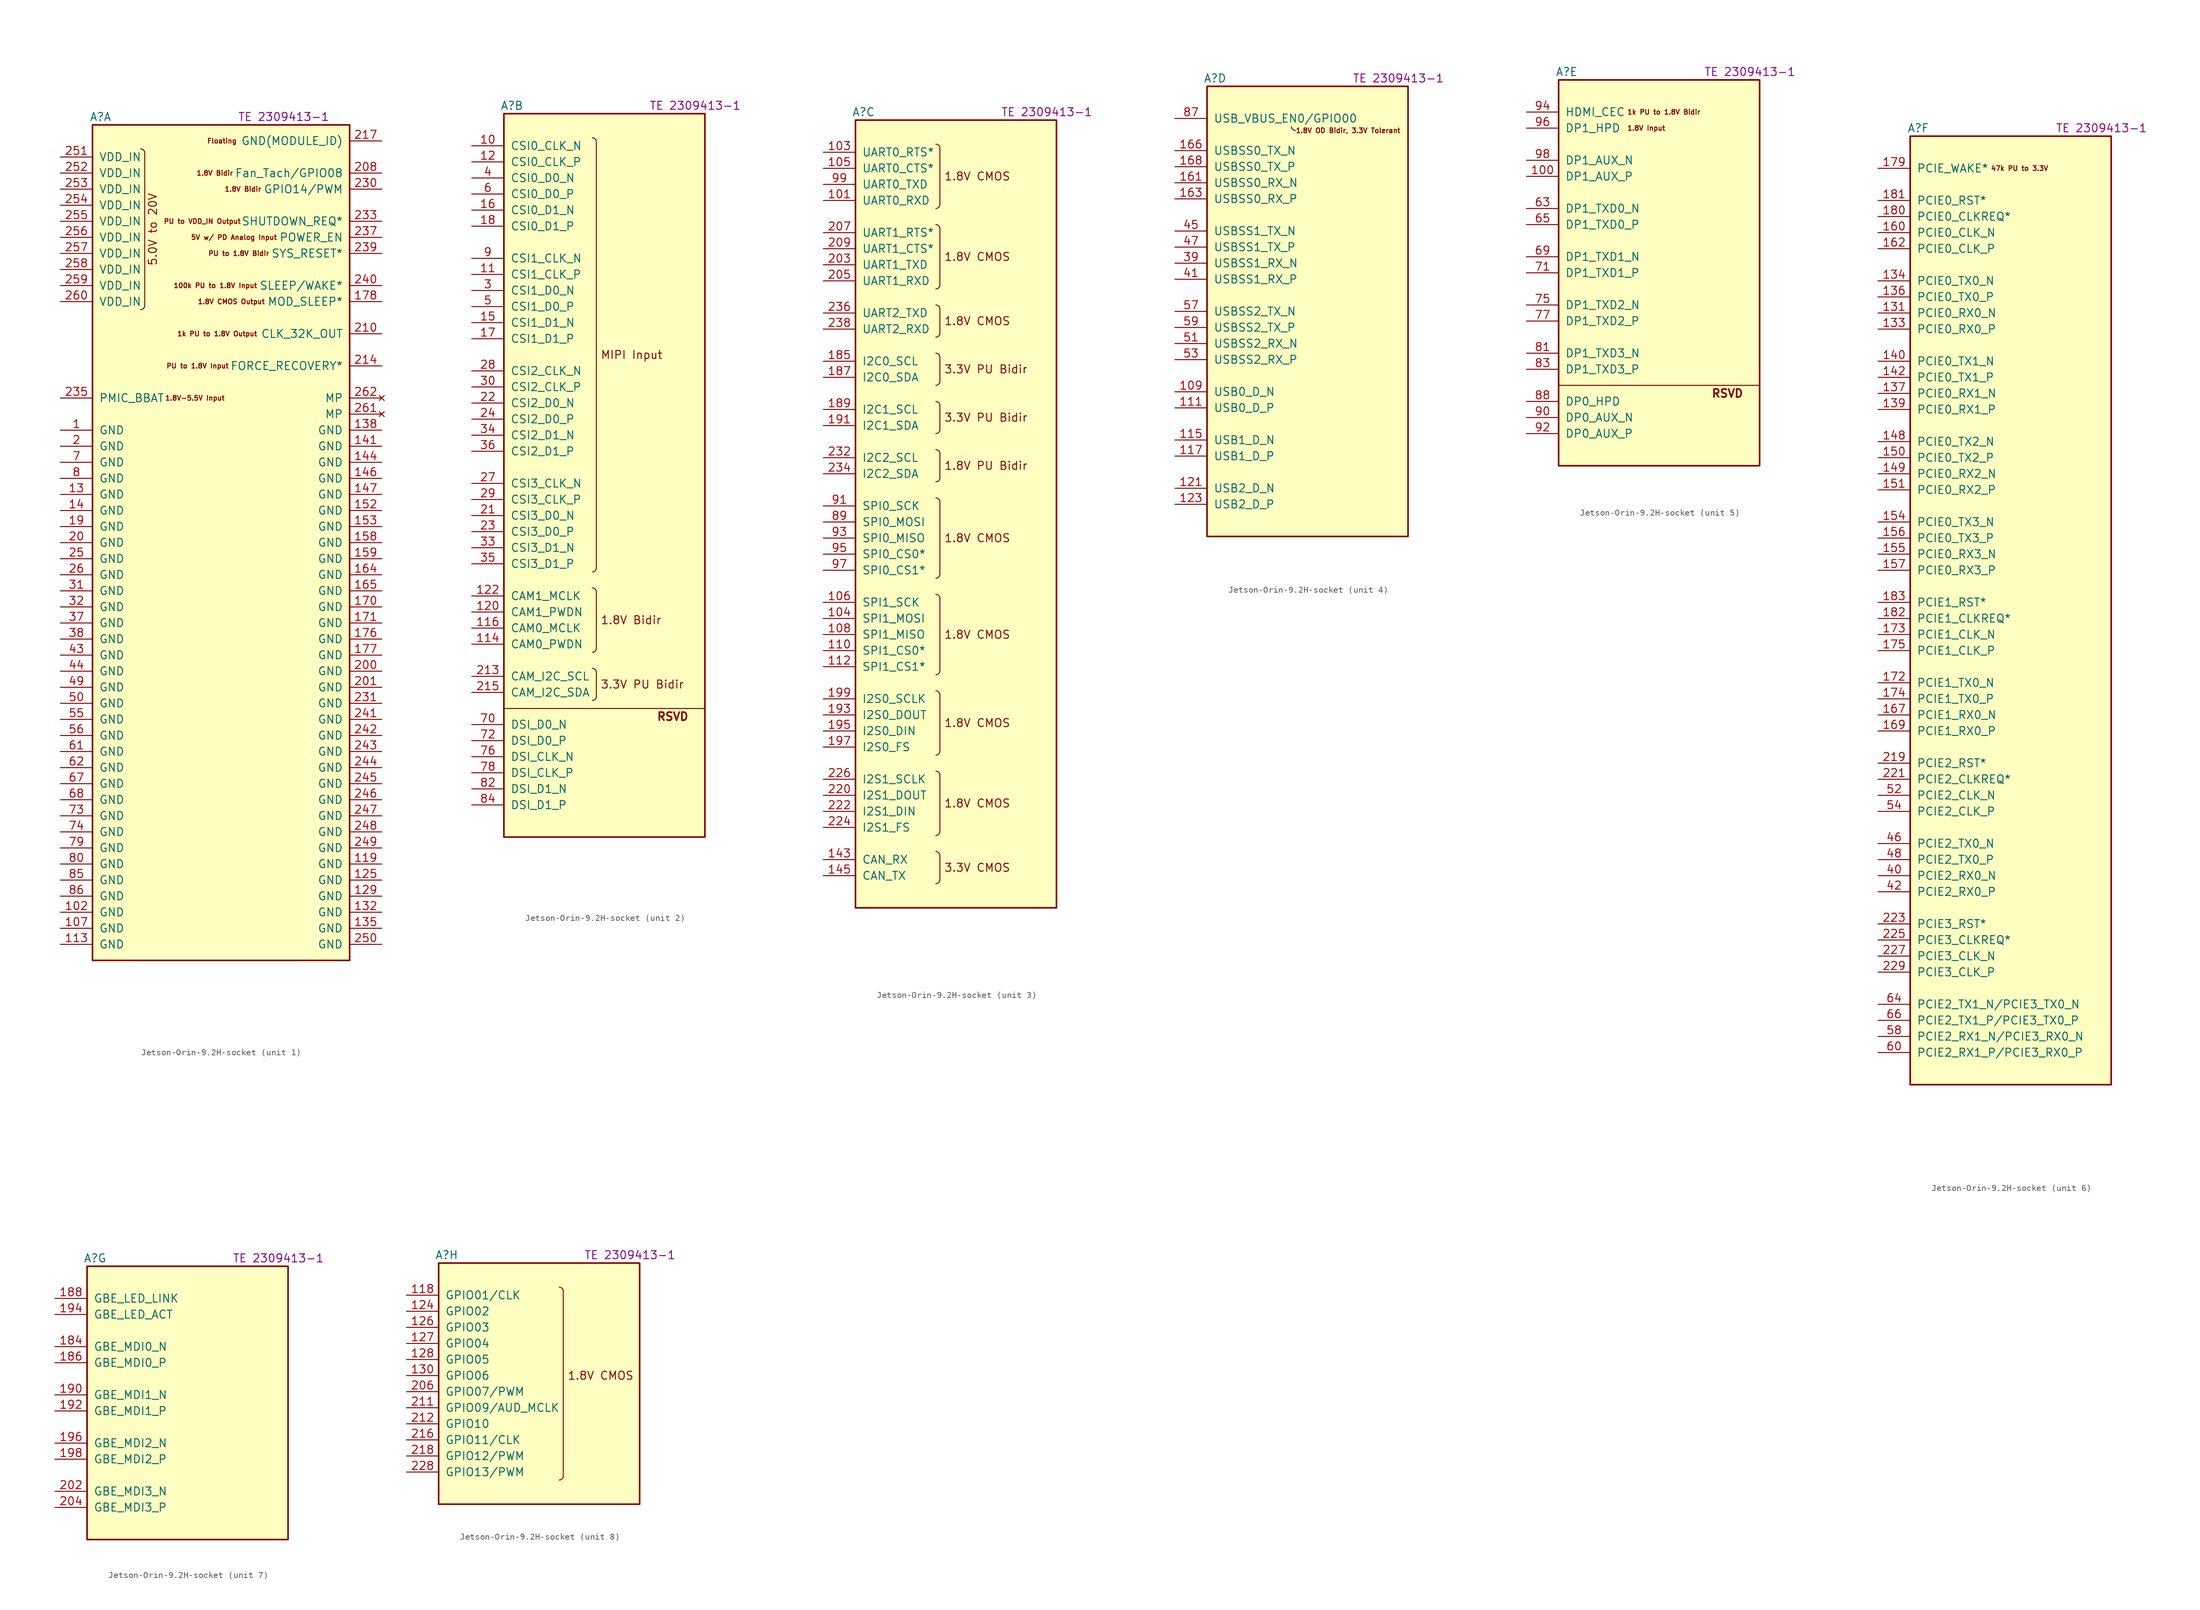
<source format=kicad_sym>
(kicad_symbol_lib
  (version 20220914)
  (generator kicad_symbol_editor)
  (symbol "Jetson-Orin-9.2H-socket"
    (pin_names
      (offset 1.016))
    (property "Reference" "A"
      (at 1.27 1.27 0)
      (effects (font (size 1.27 1.27))))
    (property "Manufacturer" "TE"
      (at 24.13 1.27 0)
      (effects (font (size 1.27 1.27))))
    (property "MPN" "2309413-1"
      (at 31.75 1.27 0)
      (effects (font (size 1.27 1.27))))
    (property "ki_locked" ""
      (at 0 0 0)
      (effects (font (size 1.27 1.27))))
    (symbol "Jetson-Orin-9.2H-socket_1_1"
      (rectangle (start 0 -132.08) (end 40.64 0) (stroke (width 0.254) (type default)) (fill (type background)))
      (polyline (pts (xy 8.255 -4.445) (xy 8.255 -28.575)) (stroke (width 0) (type default)) (fill (type none)))
      (arc (start 7.62 -29.21) (mid 8.069 -29.024) (end 8.255 -28.575) (stroke (width 0) (type default)) (fill (type none)))
      (arc (start 8.255 -4.445) (mid 8.069 -3.996) (end 7.62 -3.81) (stroke (width 0) (type default)) (fill (type none)))
      (text "1.8V Bidir " (at 22.86 -7.62 0) (effects (font (size 0.762 0.762)) (justify right)))
      (text "1.8V Bidir " (at 27.305 -10.16 0) (effects (font (size 0.762 0.762)) (justify right)))
      (text "1.8V CMOS Output" (at 27.305 -27.94 0) (effects (font (size 0.762 0.762)) (justify right)))
      (text "1.8V-5.5V Input" (at 11.43 -43.18 0) (effects (font (size 0.762 0.762)) (justify left)))
      (text "100k PU to 1.8V Input " (at 26.67 -25.4 0) (effects (font (size 0.762 0.762)) (justify right)))
      (text "1k PU to 1.8V Output " (at 26.67 -33.02 0) (effects (font (size 0.762 0.762)) (justify right)))
      (text "5.0V to 20V" (at 9.525 -16.51 900) (effects (font (size 1.27 1.27))))
      (text "5V w/ PD Analog Input" (at 29.21 -17.78 0) (effects (font (size 0.762 0.762)) (justify right)))
      (text "Floating" (at 22.86 -2.54 0) (effects (font (size 0.762 0.762)) (justify right)))
      (text "PU to 1.8V Bidir " (at 28.575 -20.32 0) (effects (font (size 0.762 0.762)) (justify right)))
      (text "PU to 1.8V Input" (at 21.59 -38.1 0) (effects (font (size 0.762 0.762)) (justify right)))
      (text "PU to VDD_IN Output" (at 23.495 -15.24 0) (effects (font (size 0.762 0.762)) (justify right)))
      (pin passive line (at -5.08 -48.26 0) (length 5.08) (name "GND" (effects (font (size 1.27 1.27)))) (number "1" (effects (font (size 1.27 1.27)))))
      (pin passive line (at -5.08 -124.46 0) (length 5.08) (name "GND" (effects (font (size 1.27 1.27)))) (number "102" (effects (font (size 1.27 1.27)))))
      (pin passive line (at -5.08 -127 0) (length 5.08) (name "GND" (effects (font (size 1.27 1.27)))) (number "107" (effects (font (size 1.27 1.27)))))
      (pin passive line (at -5.08 -129.54 0) (length 5.08) (name "GND" (effects (font (size 1.27 1.27)))) (number "113" (effects (font (size 1.27 1.27)))))
      (pin passive line (at 45.72 -116.84 180) (length 5.08) (name "GND" (effects (font (size 1.27 1.27)))) (number "119" (effects (font (size 1.27 1.27)))))
      (pin passive line (at 45.72 -119.38 180) (length 5.08) (name "GND" (effects (font (size 1.27 1.27)))) (number "125" (effects (font (size 1.27 1.27)))))
      (pin passive line (at 45.72 -121.92 180) (length 5.08) (name "GND" (effects (font (size 1.27 1.27)))) (number "129" (effects (font (size 1.27 1.27)))))
      (pin passive line (at -5.08 -58.42 0) (length 5.08) (name "GND" (effects (font (size 1.27 1.27)))) (number "13" (effects (font (size 1.27 1.27)))))
      (pin passive line (at 45.72 -124.46 180) (length 5.08) (name "GND" (effects (font (size 1.27 1.27)))) (number "132" (effects (font (size 1.27 1.27)))))
      (pin passive line (at 45.72 -127 180) (length 5.08) (name "GND" (effects (font (size 1.27 1.27)))) (number "135" (effects (font (size 1.27 1.27)))))
      (pin passive line (at 45.72 -48.26 180) (length 5.08) (name "GND" (effects (font (size 1.27 1.27)))) (number "138" (effects (font (size 1.27 1.27)))))
      (pin passive line (at -5.08 -60.96 0) (length 5.08) (name "GND" (effects (font (size 1.27 1.27)))) (number "14" (effects (font (size 1.27 1.27)))))
      (pin passive line (at 45.72 -50.8 180) (length 5.08) (name "GND" (effects (font (size 1.27 1.27)))) (number "141" (effects (font (size 1.27 1.27)))))
      (pin passive line (at 45.72 -53.34 180) (length 5.08) (name "GND" (effects (font (size 1.27 1.27)))) (number "144" (effects (font (size 1.27 1.27)))))
      (pin passive line (at 45.72 -55.88 180) (length 5.08) (name "GND" (effects (font (size 1.27 1.27)))) (number "146" (effects (font (size 1.27 1.27)))))
      (pin passive line (at 45.72 -58.42 180) (length 5.08) (name "GND" (effects (font (size 1.27 1.27)))) (number "147" (effects (font (size 1.27 1.27)))))
      (pin passive line (at 45.72 -60.96 180) (length 5.08) (name "GND" (effects (font (size 1.27 1.27)))) (number "152" (effects (font (size 1.27 1.27)))))
      (pin passive line (at 45.72 -63.5 180) (length 5.08) (name "GND" (effects (font (size 1.27 1.27)))) (number "153" (effects (font (size 1.27 1.27)))))
      (pin passive line (at 45.72 -66.04 180) (length 5.08) (name "GND" (effects (font (size 1.27 1.27)))) (number "158" (effects (font (size 1.27 1.27)))))
      (pin passive line (at 45.72 -68.58 180) (length 5.08) (name "GND" (effects (font (size 1.27 1.27)))) (number "159" (effects (font (size 1.27 1.27)))))
      (pin passive line (at 45.72 -71.12 180) (length 5.08) (name "GND" (effects (font (size 1.27 1.27)))) (number "164" (effects (font (size 1.27 1.27)))))
      (pin passive line (at 45.72 -73.66 180) (length 5.08) (name "GND" (effects (font (size 1.27 1.27)))) (number "165" (effects (font (size 1.27 1.27)))))
      (pin passive line (at 45.72 -76.2 180) (length 5.08) (name "GND" (effects (font (size 1.27 1.27)))) (number "170" (effects (font (size 1.27 1.27)))))
      (pin passive line (at 45.72 -78.74 180) (length 5.08) (name "GND" (effects (font (size 1.27 1.27)))) (number "171" (effects (font (size 1.27 1.27)))))
      (pin passive line (at 45.72 -81.28 180) (length 5.08) (name "GND" (effects (font (size 1.27 1.27)))) (number "176" (effects (font (size 1.27 1.27)))))
      (pin passive line (at 45.72 -83.82 180) (length 5.08) (name "GND" (effects (font (size 1.27 1.27)))) (number "177" (effects (font (size 1.27 1.27)))))
      (pin passive line (at 45.72 -27.94 180) (length 5.08) (name "MOD_SLEEP*" (effects (font (size 1.27 1.27)))) (number "178" (effects (font (size 1.27 1.27)))))
      (pin passive line (at -5.08 -63.5 0) (length 5.08) (name "GND" (effects (font (size 1.27 1.27)))) (number "19" (effects (font (size 1.27 1.27)))))
      (pin passive line (at -5.08 -50.8 0) (length 5.08) (name "GND" (effects (font (size 1.27 1.27)))) (number "2" (effects (font (size 1.27 1.27)))))
      (pin passive line (at -5.08 -66.04 0) (length 5.08) (name "GND" (effects (font (size 1.27 1.27)))) (number "20" (effects (font (size 1.27 1.27)))))
      (pin passive line (at 45.72 -86.36 180) (length 5.08) (name "GND" (effects (font (size 1.27 1.27)))) (number "200" (effects (font (size 1.27 1.27)))))
      (pin passive line (at 45.72 -88.9 180) (length 5.08) (name "GND" (effects (font (size 1.27 1.27)))) (number "201" (effects (font (size 1.27 1.27)))))
      (pin passive line (at 45.72 -7.62 180) (length 5.08) (name "Fan_Tach/GPIO08" (effects (font (size 1.27 1.27)))) (number "208" (effects (font (size 1.27 1.27)))) (alternate "GPIO08" passive line) (alternate "GPIO08(Fan_Tach)" passive line))
      (pin passive line (at 45.72 -33.02 180) (length 5.08) (name "CLK_32K_OUT" (effects (font (size 1.27 1.27)))) (number "210" (effects (font (size 1.27 1.27)))))
      (pin passive line (at 45.72 -38.1 180) (length 5.08) (name "FORCE_RECOVERY*" (effects (font (size 1.27 1.27)))) (number "214" (effects (font (size 1.27 1.27)))))
      (pin passive line (at 45.72 -2.54 180) (length 5.08) (name "GND(MODULE_ID)" (effects (font (size 1.27 1.27)))) (number "217" (effects (font (size 1.27 1.27)))))
      (pin passive line (at 45.72 -10.16 180) (length 5.08) (name "GPIO14/PWM" (effects (font (size 1.27 1.27)))) (number "230" (effects (font (size 1.27 1.27)))) (alternate "GPIO14" passive line) (alternate "GPIO14(PWM)" passive line))
      (pin passive line (at 45.72 -91.44 180) (length 5.08) (name "GND" (effects (font (size 1.27 1.27)))) (number "231" (effects (font (size 1.27 1.27)))))
      (pin passive line (at 45.72 -15.24 180) (length 5.08) (name "SHUTDOWN_REQ*" (effects (font (size 1.27 1.27)))) (number "233" (effects (font (size 1.27 1.27)))))
      (pin passive line (at -5.08 -43.18 0) (length 5.08) (name "PMIC_BBAT" (effects (font (size 1.27 1.27)))) (number "235" (effects (font (size 1.27 1.27)))))
      (pin passive line (at 45.72 -17.78 180) (length 5.08) (name "POWER_EN" (effects (font (size 1.27 1.27)))) (number "237" (effects (font (size 1.27 1.27)))))
      (pin passive line (at 45.72 -20.32 180) (length 5.08) (name "SYS_RESET*" (effects (font (size 1.27 1.27)))) (number "239" (effects (font (size 1.27 1.27)))))
      (pin passive line (at 45.72 -25.4 180) (length 5.08) (name "SLEEP/WAKE*" (effects (font (size 1.27 1.27)))) (number "240" (effects (font (size 1.27 1.27)))))
      (pin passive line (at 45.72 -93.98 180) (length 5.08) (name "GND" (effects (font (size 1.27 1.27)))) (number "241" (effects (font (size 1.27 1.27)))))
      (pin passive line (at 45.72 -96.52 180) (length 5.08) (name "GND" (effects (font (size 1.27 1.27)))) (number "242" (effects (font (size 1.27 1.27)))))
      (pin passive line (at 45.72 -99.06 180) (length 5.08) (name "GND" (effects (font (size 1.27 1.27)))) (number "243" (effects (font (size 1.27 1.27)))))
      (pin passive line (at 45.72 -101.6 180) (length 5.08) (name "GND" (effects (font (size 1.27 1.27)))) (number "244" (effects (font (size 1.27 1.27)))))
      (pin passive line (at 45.72 -104.14 180) (length 5.08) (name "GND" (effects (font (size 1.27 1.27)))) (number "245" (effects (font (size 1.27 1.27)))))
      (pin passive line (at 45.72 -106.68 180) (length 5.08) (name "GND" (effects (font (size 1.27 1.27)))) (number "246" (effects (font (size 1.27 1.27)))))
      (pin passive line (at 45.72 -109.22 180) (length 5.08) (name "GND" (effects (font (size 1.27 1.27)))) (number "247" (effects (font (size 1.27 1.27)))))
      (pin passive line (at 45.72 -111.76 180) (length 5.08) (name "GND" (effects (font (size 1.27 1.27)))) (number "248" (effects (font (size 1.27 1.27)))))
      (pin passive line (at 45.72 -114.3 180) (length 5.08) (name "GND" (effects (font (size 1.27 1.27)))) (number "249" (effects (font (size 1.27 1.27)))))
      (pin passive line (at -5.08 -68.58 0) (length 5.08) (name "GND" (effects (font (size 1.27 1.27)))) (number "25" (effects (font (size 1.27 1.27)))))
      (pin passive line (at 45.72 -129.54 180) (length 5.08) (name "GND" (effects (font (size 1.27 1.27)))) (number "250" (effects (font (size 1.27 1.27)))))
      (pin passive line (at -5.08 -5.08 0) (length 5.08) (name "VDD_IN" (effects (font (size 1.27 1.27)))) (number "251" (effects (font (size 1.27 1.27)))))
      (pin passive line (at -5.08 -7.62 0) (length 5.08) (name "VDD_IN" (effects (font (size 1.27 1.27)))) (number "252" (effects (font (size 1.27 1.27)))))
      (pin passive line (at -5.08 -10.16 0) (length 5.08) (name "VDD_IN" (effects (font (size 1.27 1.27)))) (number "253" (effects (font (size 1.27 1.27)))))
      (pin passive line (at -5.08 -12.7 0) (length 5.08) (name "VDD_IN" (effects (font (size 1.27 1.27)))) (number "254" (effects (font (size 1.27 1.27)))))
      (pin passive line (at -5.08 -15.24 0) (length 5.08) (name "VDD_IN" (effects (font (size 1.27 1.27)))) (number "255" (effects (font (size 1.27 1.27)))))
      (pin passive line (at -5.08 -17.78 0) (length 5.08) (name "VDD_IN" (effects (font (size 1.27 1.27)))) (number "256" (effects (font (size 1.27 1.27)))))
      (pin passive line (at -5.08 -20.32 0) (length 5.08) (name "VDD_IN" (effects (font (size 1.27 1.27)))) (number "257" (effects (font (size 1.27 1.27)))))
      (pin passive line (at -5.08 -22.86 0) (length 5.08) (name "VDD_IN" (effects (font (size 1.27 1.27)))) (number "258" (effects (font (size 1.27 1.27)))))
      (pin passive line (at -5.08 -25.4 0) (length 5.08) (name "VDD_IN" (effects (font (size 1.27 1.27)))) (number "259" (effects (font (size 1.27 1.27)))))
      (pin passive line (at -5.08 -71.12 0) (length 5.08) (name "GND" (effects (font (size 1.27 1.27)))) (number "26" (effects (font (size 1.27 1.27)))))
      (pin passive line (at -5.08 -27.94 0) (length 5.08) (name "VDD_IN" (effects (font (size 1.27 1.27)))) (number "260" (effects (font (size 1.27 1.27)))))
      (pin no_connect line (at 45.72 -45.72 180) (length 5.08) (name "MP" (effects (font (size 1.27 1.27)))) (number "261" (effects (font (size 1.27 1.27)))))
      (pin no_connect line (at 45.72 -43.18 180) (length 5.08) (name "MP" (effects (font (size 1.27 1.27)))) (number "262" (effects (font (size 1.27 1.27)))))
      (pin passive line (at -5.08 -73.66 0) (length 5.08) (name "GND" (effects (font (size 1.27 1.27)))) (number "31" (effects (font (size 1.27 1.27)))))
      (pin passive line (at -5.08 -76.2 0) (length 5.08) (name "GND" (effects (font (size 1.27 1.27)))) (number "32" (effects (font (size 1.27 1.27)))))
      (pin passive line (at -5.08 -78.74 0) (length 5.08) (name "GND" (effects (font (size 1.27 1.27)))) (number "37" (effects (font (size 1.27 1.27)))))
      (pin passive line (at -5.08 -81.28 0) (length 5.08) (name "GND" (effects (font (size 1.27 1.27)))) (number "38" (effects (font (size 1.27 1.27)))))
      (pin passive line (at -5.08 -83.82 0) (length 5.08) (name "GND" (effects (font (size 1.27 1.27)))) (number "43" (effects (font (size 1.27 1.27)))))
      (pin passive line (at -5.08 -86.36 0) (length 5.08) (name "GND" (effects (font (size 1.27 1.27)))) (number "44" (effects (font (size 1.27 1.27)))))
      (pin passive line (at -5.08 -88.9 0) (length 5.08) (name "GND" (effects (font (size 1.27 1.27)))) (number "49" (effects (font (size 1.27 1.27)))))
      (pin passive line (at -5.08 -91.44 0) (length 5.08) (name "GND" (effects (font (size 1.27 1.27)))) (number "50" (effects (font (size 1.27 1.27)))))
      (pin passive line (at -5.08 -93.98 0) (length 5.08) (name "GND" (effects (font (size 1.27 1.27)))) (number "55" (effects (font (size 1.27 1.27)))))
      (pin passive line (at -5.08 -96.52 0) (length 5.08) (name "GND" (effects (font (size 1.27 1.27)))) (number "56" (effects (font (size 1.27 1.27)))))
      (pin passive line (at -5.08 -99.06 0) (length 5.08) (name "GND" (effects (font (size 1.27 1.27)))) (number "61" (effects (font (size 1.27 1.27)))))
      (pin passive line (at -5.08 -101.6 0) (length 5.08) (name "GND" (effects (font (size 1.27 1.27)))) (number "62" (effects (font (size 1.27 1.27)))))
      (pin passive line (at -5.08 -104.14 0) (length 5.08) (name "GND" (effects (font (size 1.27 1.27)))) (number "67" (effects (font (size 1.27 1.27)))))
      (pin passive line (at -5.08 -106.68 0) (length 5.08) (name "GND" (effects (font (size 1.27 1.27)))) (number "68" (effects (font (size 1.27 1.27)))))
      (pin passive line (at -5.08 -53.34 0) (length 5.08) (name "GND" (effects (font (size 1.27 1.27)))) (number "7" (effects (font (size 1.27 1.27)))))
      (pin passive line (at -5.08 -109.22 0) (length 5.08) (name "GND" (effects (font (size 1.27 1.27)))) (number "73" (effects (font (size 1.27 1.27)))))
      (pin passive line (at -5.08 -111.76 0) (length 5.08) (name "GND" (effects (font (size 1.27 1.27)))) (number "74" (effects (font (size 1.27 1.27)))))
      (pin passive line (at -5.08 -114.3 0) (length 5.08) (name "GND" (effects (font (size 1.27 1.27)))) (number "79" (effects (font (size 1.27 1.27)))))
      (pin passive line (at -5.08 -55.88 0) (length 5.08) (name "GND" (effects (font (size 1.27 1.27)))) (number "8" (effects (font (size 1.27 1.27)))))
      (pin passive line (at -5.08 -116.84 0) (length 5.08) (name "GND" (effects (font (size 1.27 1.27)))) (number "80" (effects (font (size 1.27 1.27)))))
      (pin passive line (at -5.08 -119.38 0) (length 5.08) (name "GND" (effects (font (size 1.27 1.27)))) (number "85" (effects (font (size 1.27 1.27)))))
      (pin passive line (at -5.08 -121.92 0) (length 5.08) (name "GND" (effects (font (size 1.27 1.27)))) (number "86" (effects (font (size 1.27 1.27))))))
    (symbol "Jetson-Orin-9.2H-socket_2_1"
      (polyline (pts (xy 0 -93.98) (xy 31.75 -93.98)) (stroke (width 0) (type default)) (fill (type none)))
      (polyline (pts (xy 14.605 -88.265) (xy 14.605 -92.075)) (stroke (width 0) (type default)) (fill (type none)))
      (polyline (pts (xy 14.605 -75.565) (xy 14.605 -84.455)) (stroke (width 0) (type default)) (fill (type none)))
      (polyline (pts (xy 14.605 -4.445) (xy 14.605 -71.755)) (stroke (width 0) (type default)) (fill (type none)))
      (rectangle (start 0 0) (end 31.75 -114.3) (stroke (width 0.254) (type default)) (fill (type background)))
      (arc (start 13.97 -92.71) (mid 14.4198 -92.5248) (end 14.605 -92.075) (stroke (width 0) (type default)) (fill (type none)))
      (arc (start 13.97 -85.09) (mid 14.4198 -84.9048) (end 14.605 -84.455) (stroke (width 0) (type default)) (fill (type none)))
      (arc (start 13.97 -72.39) (mid 14.4198 -72.2048) (end 14.605 -71.755) (stroke (width 0) (type default)) (fill (type none)))
      (arc (start 14.605 -88.265) (mid 14.419 -87.816) (end 13.97 -87.63) (stroke (width 0) (type default)) (fill (type none)))
      (arc (start 14.605 -75.565) (mid 14.419 -75.116) (end 13.97 -74.93) (stroke (width 0) (type default)) (fill (type none)))
      (arc (start 14.605 -4.445) (mid 14.419 -3.996) (end 13.97 -3.81) (stroke (width 0) (type default)) (fill (type none)))
      (text "1.8V Bidir" (at 15.24 -80.01 0) (effects (font (size 1.27 1.27)) (justify left)))
      (text "3.3V PU Bidir" (at 15.24 -90.17 0) (effects (font (size 1.27 1.27)) (justify left)))
      (text "MIPI Input" (at 15.24 -38.1 0) (effects (font (size 1.27 1.27)) (justify left)))
      (text "RSVD" (at 26.67 -95.25 0) (effects (font (size 1.27 1.27) bold)))
      (pin passive line (at -5.08 -5.08 0) (length 5.08) (name "CSI0_CLK_N" (effects (font (size 1.27 1.27)))) (number "10" (effects (font (size 1.27 1.27)))))
      (pin passive line (at -5.08 -25.4 0) (length 5.08) (name "CSI1_CLK_P" (effects (font (size 1.27 1.27)))) (number "11" (effects (font (size 1.27 1.27)))))
      (pin passive line (at -5.08 -83.82 0) (length 5.08) (name "CAM0_PWDN" (effects (font (size 1.27 1.27)))) (number "114" (effects (font (size 1.27 1.27)))))
      (pin passive line (at -5.08 -81.28 0) (length 5.08) (name "CAM0_MCLK" (effects (font (size 1.27 1.27)))) (number "116" (effects (font (size 1.27 1.27)))))
      (pin passive line (at -5.08 -7.62 0) (length 5.08) (name "CSI0_CLK_P" (effects (font (size 1.27 1.27)))) (number "12" (effects (font (size 1.27 1.27)))))
      (pin passive line (at -5.08 -78.74 0) (length 5.08) (name "CAM1_PWDN" (effects (font (size 1.27 1.27)))) (number "120" (effects (font (size 1.27 1.27)))))
      (pin passive line (at -5.08 -76.2 0) (length 5.08) (name "CAM1_MCLK" (effects (font (size 1.27 1.27)))) (number "122" (effects (font (size 1.27 1.27)))))
      (pin passive line (at -5.08 -33.02 0) (length 5.08) (name "CSI1_D1_N" (effects (font (size 1.27 1.27)))) (number "15" (effects (font (size 1.27 1.27)))))
      (pin passive line (at -5.08 -15.24 0) (length 5.08) (name "CSI0_D1_N" (effects (font (size 1.27 1.27)))) (number "16" (effects (font (size 1.27 1.27)))))
      (pin passive line (at -5.08 -35.56 0) (length 5.08) (name "CSI1_D1_P" (effects (font (size 1.27 1.27)))) (number "17" (effects (font (size 1.27 1.27)))))
      (pin passive line (at -5.08 -17.78 0) (length 5.08) (name "CSI0_D1_P" (effects (font (size 1.27 1.27)))) (number "18" (effects (font (size 1.27 1.27)))))
      (pin passive line (at -5.08 -63.5 0) (length 5.08) (name "CSI3_D0_N" (effects (font (size 1.27 1.27)))) (number "21" (effects (font (size 1.27 1.27)))))
      (pin passive line (at -5.08 -88.9 0) (length 5.08) (name "CAM_I2C_SCL" (effects (font (size 1.27 1.27)))) (number "213" (effects (font (size 1.27 1.27)))))
      (pin passive line (at -5.08 -91.44 0) (length 5.08) (name "CAM_I2C_SDA" (effects (font (size 1.27 1.27)))) (number "215" (effects (font (size 1.27 1.27)))))
      (pin passive line (at -5.08 -45.72 0) (length 5.08) (name "CSI2_D0_N" (effects (font (size 1.27 1.27)))) (number "22" (effects (font (size 1.27 1.27)))))
      (pin passive line (at -5.08 -66.04 0) (length 5.08) (name "CSI3_D0_P" (effects (font (size 1.27 1.27)))) (number "23" (effects (font (size 1.27 1.27)))))
      (pin passive line (at -5.08 -48.26 0) (length 5.08) (name "CSI2_D0_P" (effects (font (size 1.27 1.27)))) (number "24" (effects (font (size 1.27 1.27)))))
      (pin passive line (at -5.08 -58.42 0) (length 5.08) (name "CSI3_CLK_N" (effects (font (size 1.27 1.27)))) (number "27" (effects (font (size 1.27 1.27)))))
      (pin passive line (at -5.08 -40.64 0) (length 5.08) (name "CSI2_CLK_N" (effects (font (size 1.27 1.27)))) (number "28" (effects (font (size 1.27 1.27)))))
      (pin passive line (at -5.08 -60.96 0) (length 5.08) (name "CSI3_CLK_P" (effects (font (size 1.27 1.27)))) (number "29" (effects (font (size 1.27 1.27)))))
      (pin passive line (at -5.08 -27.94 0) (length 5.08) (name "CSI1_D0_N" (effects (font (size 1.27 1.27)))) (number "3" (effects (font (size 1.27 1.27)))))
      (pin passive line (at -5.08 -43.18 0) (length 5.08) (name "CSI2_CLK_P" (effects (font (size 1.27 1.27)))) (number "30" (effects (font (size 1.27 1.27)))))
      (pin passive line (at -5.08 -68.58 0) (length 5.08) (name "CSI3_D1_N" (effects (font (size 1.27 1.27)))) (number "33" (effects (font (size 1.27 1.27)))))
      (pin passive line (at -5.08 -50.8 0) (length 5.08) (name "CSI2_D1_N" (effects (font (size 1.27 1.27)))) (number "34" (effects (font (size 1.27 1.27)))))
      (pin passive line (at -5.08 -71.12 0) (length 5.08) (name "CSI3_D1_P" (effects (font (size 1.27 1.27)))) (number "35" (effects (font (size 1.27 1.27)))))
      (pin passive line (at -5.08 -53.34 0) (length 5.08) (name "CSI2_D1_P" (effects (font (size 1.27 1.27)))) (number "36" (effects (font (size 1.27 1.27)))))
      (pin passive line (at -5.08 -10.16 0) (length 5.08) (name "CSI0_D0_N" (effects (font (size 1.27 1.27)))) (number "4" (effects (font (size 1.27 1.27)))))
      (pin passive line (at -5.08 -30.48 0) (length 5.08) (name "CSI1_D0_P" (effects (font (size 1.27 1.27)))) (number "5" (effects (font (size 1.27 1.27)))))
      (pin passive line (at -5.08 -12.7 0) (length 5.08) (name "CSI0_D0_P" (effects (font (size 1.27 1.27)))) (number "6" (effects (font (size 1.27 1.27)))))
      (pin passive line (at -5.08 -96.52 0) (length 5.08) (name "DSI_D0_N" (effects (font (size 1.27 1.27)))) (number "70" (effects (font (size 1.27 1.27)))))
      (pin passive line (at -5.08 -99.06 0) (length 5.08) (name "DSI_D0_P" (effects (font (size 1.27 1.27)))) (number "72" (effects (font (size 1.27 1.27)))))
      (pin passive line (at -5.08 -101.6 0) (length 5.08) (name "DSI_CLK_N" (effects (font (size 1.27 1.27)))) (number "76" (effects (font (size 1.27 1.27)))))
      (pin passive line (at -5.08 -104.14 0) (length 5.08) (name "DSI_CLK_P" (effects (font (size 1.27 1.27)))) (number "78" (effects (font (size 1.27 1.27)))))
      (pin passive line (at -5.08 -106.68 0) (length 5.08) (name "DSI_D1_N" (effects (font (size 1.27 1.27)))) (number "82" (effects (font (size 1.27 1.27)))))
      (pin passive line (at -5.08 -109.22 0) (length 5.08) (name "DSI_D1_P" (effects (font (size 1.27 1.27)))) (number "84" (effects (font (size 1.27 1.27)))))
      (pin passive line (at -5.08 -22.86 0) (length 5.08) (name "CSI1_CLK_N" (effects (font (size 1.27 1.27)))) (number "9" (effects (font (size 1.27 1.27))))))
    (symbol "Jetson-Orin-9.2H-socket_3_1"
      (polyline (pts (xy 13.335 -116.2) (xy 13.335 -120.01)) (stroke (width 0) (type default)) (fill (type none)))
      (polyline (pts (xy 13.335 -103.505) (xy 13.335 -112.395)) (stroke (width 0) (type default)) (fill (type none)))
      (polyline (pts (xy 13.335 -90.805) (xy 13.335 -99.695)) (stroke (width 0) (type default)) (fill (type none)))
      (polyline (pts (xy 13.335 -75.565) (xy 13.335 -87)) (stroke (width 0) (type default)) (fill (type none)))
      (polyline (pts (xy 13.335 -60.32) (xy 13.335 -71.755)) (stroke (width 0) (type default)) (fill (type none)))
      (polyline (pts (xy 13.335 -52.7) (xy 13.335 -56.51)) (stroke (width 0) (type default)) (fill (type none)))
      (polyline (pts (xy 13.335 -45.085) (xy 13.335 -48.895)) (stroke (width 0) (type default)) (fill (type none)))
      (polyline (pts (xy 13.335 -37.46) (xy 13.335 -41.27)) (stroke (width 0) (type default)) (fill (type none)))
      (polyline (pts (xy 13.335 -29.845) (xy 13.335 -33.655)) (stroke (width 0) (type default)) (fill (type none)))
      (polyline (pts (xy 13.335 -17.145) (xy 13.335 -26.035)) (stroke (width 0) (type default)) (fill (type none)))
      (polyline (pts (xy 13.335 -4.44) (xy 13.335 -13.33)) (stroke (width 0) (type default)) (fill (type none)))
      (rectangle (start 0 0) (end 31.75 -124.46) (stroke (width 0.254) (type default)) (fill (type background)))
      (arc (start 12.7 -120.645) (mid 13.149 -120.459) (end 13.335 -120.01) (stroke (width 0) (type default)) (fill (type none)))
      (arc (start 12.7 -113.03) (mid 13.1498 -112.8448) (end 13.335 -112.395) (stroke (width 0) (type default)) (fill (type none)))
      (arc (start 12.7 -100.33) (mid 13.1498 -100.1448) (end 13.335 -99.695) (stroke (width 0) (type default)) (fill (type none)))
      (arc (start 12.7 -87.63) (mid 13.1498 -87.4448) (end 13.335 -86.995) (stroke (width 0) (type default)) (fill (type none)))
      (arc (start 12.7 -72.385) (mid 13.149 -72.199) (end 13.335 -71.75) (stroke (width 0) (type default)) (fill (type none)))
      (arc (start 12.7 -57.145) (mid 13.149 -56.959) (end 13.335 -56.51) (stroke (width 0) (type default)) (fill (type none)))
      (arc (start 12.7 -49.53) (mid 13.1498 -49.3448) (end 13.335 -48.895) (stroke (width 0) (type default)) (fill (type none)))
      (arc (start 12.7 -41.905) (mid 13.149 -41.719) (end 13.335 -41.27) (stroke (width 0) (type default)) (fill (type none)))
      (arc (start 12.7 -34.29) (mid 13.1498 -34.1048) (end 13.335 -33.655) (stroke (width 0) (type default)) (fill (type none)))
      (arc (start 12.7 -26.67) (mid 13.1498 -26.4848) (end 13.335 -26.035) (stroke (width 0) (type default)) (fill (type none)))
      (arc (start 12.7 -13.965) (mid 13.149 -13.779) (end 13.335 -13.33) (stroke (width 0) (type default)) (fill (type none)))
      (arc (start 13.335 -116.2) (mid 13.149 -115.751) (end 12.7 -115.565) (stroke (width 0) (type default)) (fill (type none)))
      (arc (start 13.335 -103.505) (mid 13.149 -103.056) (end 12.7 -102.87) (stroke (width 0) (type default)) (fill (type none)))
      (arc (start 13.335 -90.805) (mid 13.149 -90.356) (end 12.7 -90.17) (stroke (width 0) (type default)) (fill (type none)))
      (arc (start 13.335 -75.565) (mid 13.149 -75.116) (end 12.7 -74.93) (stroke (width 0) (type default)) (fill (type none)))
      (arc (start 13.335 -60.32) (mid 13.149 -59.871) (end 12.7 -59.685) (stroke (width 0) (type default)) (fill (type none)))
      (arc (start 13.335 -52.7) (mid 13.149 -52.251) (end 12.7 -52.065) (stroke (width 0) (type default)) (fill (type none)))
      (arc (start 13.335 -45.085) (mid 13.149 -44.636) (end 12.7 -44.45) (stroke (width 0) (type default)) (fill (type none)))
      (arc (start 13.335 -37.46) (mid 13.149 -37.011) (end 12.7 -36.825) (stroke (width 0) (type default)) (fill (type none)))
      (arc (start 13.335 -29.845) (mid 13.149 -29.396) (end 12.7 -29.21) (stroke (width 0) (type default)) (fill (type none)))
      (arc (start 13.335 -17.145) (mid 13.149 -16.696) (end 12.7 -16.51) (stroke (width 0) (type default)) (fill (type none)))
      (arc (start 13.335 -4.44) (mid 13.149 -3.991) (end 12.7 -3.805) (stroke (width 0) (type default)) (fill (type none)))
      (text "1.8V CMOS" (at 13.97 -107.95 0) (effects (font (size 1.27 1.27)) (justify left)))
      (text "1.8V CMOS" (at 13.97 -95.25 0) (effects (font (size 1.27 1.27)) (justify left)))
      (text "1.8V CMOS" (at 13.97 -81.285 0) (effects (font (size 1.27 1.27)) (justify left)))
      (text "1.8V CMOS" (at 13.97 -66.04 0) (effects (font (size 1.27 1.27)) (justify left)))
      (text "1.8V CMOS" (at 13.97 -31.75 0) (effects (font (size 1.27 1.27)) (justify left)))
      (text "1.8V CMOS" (at 13.97 -21.59 0) (effects (font (size 1.27 1.27)) (justify left)))
      (text "1.8V CMOS" (at 13.97 -8.885 0) (effects (font (size 1.27 1.27)) (justify left)))
      (text "1.8V PU Bidir" (at 13.97 -54.605 0) (effects (font (size 1.27 1.27)) (justify left)))
      (text "3.3V CMOS" (at 13.97 -118.105 0) (effects (font (size 1.27 1.27)) (justify left)))
      (text "3.3V PU Bidir" (at 13.97 -46.99 0) (effects (font (size 1.27 1.27)) (justify left)))
      (text "3.3V PU Bidir" (at 13.97 -39.365 0) (effects (font (size 1.27 1.27)) (justify left)))
      (pin passive line (at -5.08 -12.7 0) (length 5.08) (name "UART0_RXD" (effects (font (size 1.27 1.27)))) (number "101" (effects (font (size 1.27 1.27)))))
      (pin passive line (at -5.08 -5.08 0) (length 5.08) (name "UART0_RTS*" (effects (font (size 1.27 1.27)))) (number "103" (effects (font (size 1.27 1.27)))))
      (pin passive line (at -5.08 -78.74 0) (length 5.08) (name "SPI1_MOSI" (effects (font (size 1.27 1.27)))) (number "104" (effects (font (size 1.27 1.27)))))
      (pin passive line (at -5.08 -7.62 0) (length 5.08) (name "UART0_CTS*" (effects (font (size 1.27 1.27)))) (number "105" (effects (font (size 1.27 1.27)))))
      (pin passive line (at -5.08 -76.2 0) (length 5.08) (name "SPI1_SCK" (effects (font (size 1.27 1.27)))) (number "106" (effects (font (size 1.27 1.27)))))
      (pin passive line (at -5.08 -81.28 0) (length 5.08) (name "SPI1_MISO" (effects (font (size 1.27 1.27)))) (number "108" (effects (font (size 1.27 1.27)))))
      (pin passive line (at -5.08 -83.82 0) (length 5.08) (name "SPI1_CS0*" (effects (font (size 1.27 1.27)))) (number "110" (effects (font (size 1.27 1.27)))))
      (pin passive line (at -5.08 -86.36 0) (length 5.08) (name "SPI1_CS1*" (effects (font (size 1.27 1.27)))) (number "112" (effects (font (size 1.27 1.27)))))
      (pin passive line (at -5.08 -116.84 0) (length 5.08) (name "CAN_RX" (effects (font (size 1.27 1.27)))) (number "143" (effects (font (size 1.27 1.27)))))
      (pin passive line (at -5.08 -119.38 0) (length 5.08) (name "CAN_TX" (effects (font (size 1.27 1.27)))) (number "145" (effects (font (size 1.27 1.27)))))
      (pin passive line (at -5.08 -38.1 0) (length 5.08) (name "I2C0_SCL" (effects (font (size 1.27 1.27)))) (number "185" (effects (font (size 1.27 1.27)))))
      (pin passive line (at -5.08 -40.64 0) (length 5.08) (name "I2C0_SDA" (effects (font (size 1.27 1.27)))) (number "187" (effects (font (size 1.27 1.27)))))
      (pin passive line (at -5.08 -45.72 0) (length 5.08) (name "I2C1_SCL" (effects (font (size 1.27 1.27)))) (number "189" (effects (font (size 1.27 1.27)))))
      (pin passive line (at -5.08 -48.26 0) (length 5.08) (name "I2C1_SDA" (effects (font (size 1.27 1.27)))) (number "191" (effects (font (size 1.27 1.27)))))
      (pin passive line (at -5.08 -93.98 0) (length 5.08) (name "I2S0_DOUT" (effects (font (size 1.27 1.27)))) (number "193" (effects (font (size 1.27 1.27)))))
      (pin passive line (at -5.08 -96.52 0) (length 5.08) (name "I2S0_DIN" (effects (font (size 1.27 1.27)))) (number "195" (effects (font (size 1.27 1.27)))))
      (pin passive line (at -5.08 -99.06 0) (length 5.08) (name "I2S0_FS" (effects (font (size 1.27 1.27)))) (number "197" (effects (font (size 1.27 1.27)))))
      (pin passive line (at -5.08 -91.44 0) (length 5.08) (name "I2S0_SCLK" (effects (font (size 1.27 1.27)))) (number "199" (effects (font (size 1.27 1.27)))))
      (pin passive line (at -5.08 -22.86 0) (length 5.08) (name "UART1_TXD" (effects (font (size 1.27 1.27)))) (number "203" (effects (font (size 1.27 1.27)))))
      (pin passive line (at -5.08 -25.4 0) (length 5.08) (name "UART1_RXD" (effects (font (size 1.27 1.27)))) (number "205" (effects (font (size 1.27 1.27)))))
      (pin passive line (at -5.08 -17.78 0) (length 5.08) (name "UART1_RTS*" (effects (font (size 1.27 1.27)))) (number "207" (effects (font (size 1.27 1.27)))))
      (pin passive line (at -5.08 -20.32 0) (length 5.08) (name "UART1_CTS*" (effects (font (size 1.27 1.27)))) (number "209" (effects (font (size 1.27 1.27)))))
      (pin passive line (at -5.08 -106.68 0) (length 5.08) (name "I2S1_DOUT" (effects (font (size 1.27 1.27)))) (number "220" (effects (font (size 1.27 1.27)))))
      (pin passive line (at -5.08 -109.22 0) (length 5.08) (name "I2S1_DIN" (effects (font (size 1.27 1.27)))) (number "222" (effects (font (size 1.27 1.27)))))
      (pin passive line (at -5.08 -111.76 0) (length 5.08) (name "I2S1_FS" (effects (font (size 1.27 1.27)))) (number "224" (effects (font (size 1.27 1.27)))))
      (pin passive line (at -5.08 -104.14 0) (length 5.08) (name "I2S1_SCLK" (effects (font (size 1.27 1.27)))) (number "226" (effects (font (size 1.27 1.27)))))
      (pin passive line (at -5.08 -53.34 0) (length 5.08) (name "I2C2_SCL" (effects (font (size 1.27 1.27)))) (number "232" (effects (font (size 1.27 1.27)))))
      (pin passive line (at -5.08 -55.88 0) (length 5.08) (name "I2C2_SDA" (effects (font (size 1.27 1.27)))) (number "234" (effects (font (size 1.27 1.27)))))
      (pin passive line (at -5.08 -30.48 0) (length 5.08) (name "UART2_TXD" (effects (font (size 1.27 1.27)))) (number "236" (effects (font (size 1.27 1.27)))))
      (pin passive line (at -5.08 -33.02 0) (length 5.08) (name "UART2_RXD" (effects (font (size 1.27 1.27)))) (number "238" (effects (font (size 1.27 1.27)))))
      (pin passive line (at -5.08 -63.5 0) (length 5.08) (name "SPI0_MOSI" (effects (font (size 1.27 1.27)))) (number "89" (effects (font (size 1.27 1.27)))))
      (pin passive line (at -5.08 -60.96 0) (length 5.08) (name "SPI0_SCK" (effects (font (size 1.27 1.27)))) (number "91" (effects (font (size 1.27 1.27)))))
      (pin passive line (at -5.08 -66.04 0) (length 5.08) (name "SPI0_MISO" (effects (font (size 1.27 1.27)))) (number "93" (effects (font (size 1.27 1.27)))))
      (pin passive line (at -5.08 -68.58 0) (length 5.08) (name "SPI0_CS0*" (effects (font (size 1.27 1.27)))) (number "95" (effects (font (size 1.27 1.27)))))
      (pin passive line (at -5.08 -71.12 0) (length 5.08) (name "SPI0_CS1*" (effects (font (size 1.27 1.27)))) (number "97" (effects (font (size 1.27 1.27)))))
      (pin passive line (at -5.08 -10.16 0) (length 5.08) (name "UART0_TXD" (effects (font (size 1.27 1.27)))) (number "99" (effects (font (size 1.27 1.27))))))
    (symbol "Jetson-Orin-9.2H-socket_4_1"
      (rectangle (start 0 0) (end 31.75 -71.12) (stroke (width 0.254) (type default)) (fill (type background)))
      (arc (start 13.335 -6.35) (mid 13.521 -6.799) (end 13.97 -6.985) (stroke (width 0) (type default)) (fill (type none)))
      (text "1.8V OD Bidir, 3.3V Tolerant" (at 13.97 -6.985 0) (effects (font (size 0.762 0.762)) (justify left)))
      (pin passive line (at -5.08 -48.26 0) (length 5.08) (name "USB0_D_N" (effects (font (size 1.27 1.27)))) (number "109" (effects (font (size 1.27 1.27)))))
      (pin passive line (at -5.08 -50.8 0) (length 5.08) (name "USB0_D_P" (effects (font (size 1.27 1.27)))) (number "111" (effects (font (size 1.27 1.27)))))
      (pin passive line (at -5.08 -55.88 0) (length 5.08) (name "USB1_D_N" (effects (font (size 1.27 1.27)))) (number "115" (effects (font (size 1.27 1.27)))))
      (pin passive line (at -5.08 -58.42 0) (length 5.08) (name "USB1_D_P" (effects (font (size 1.27 1.27)))) (number "117" (effects (font (size 1.27 1.27)))))
      (pin passive line (at -5.08 -63.5 0) (length 5.08) (name "USB2_D_N" (effects (font (size 1.27 1.27)))) (number "121" (effects (font (size 1.27 1.27)))))
      (pin passive line (at -5.08 -66.04 0) (length 5.08) (name "USB2_D_P" (effects (font (size 1.27 1.27)))) (number "123" (effects (font (size 1.27 1.27)))))
      (pin passive line (at -5.08 -15.24 0) (length 5.08) (name "USBSS0_RX_N" (effects (font (size 1.27 1.27)))) (number "161" (effects (font (size 1.27 1.27)))))
      (pin passive line (at -5.08 -17.78 0) (length 5.08) (name "USBSS0_RX_P" (effects (font (size 1.27 1.27)))) (number "163" (effects (font (size 1.27 1.27)))))
      (pin passive line (at -5.08 -10.16 0) (length 5.08) (name "USBSS0_TX_N" (effects (font (size 1.27 1.27)))) (number "166" (effects (font (size 1.27 1.27)))))
      (pin passive line (at -5.08 -12.7 0) (length 5.08) (name "USBSS0_TX_P" (effects (font (size 1.27 1.27)))) (number "168" (effects (font (size 1.27 1.27)))))
      (pin passive line (at -5.08 -27.94 0) (length 5.08) (name "USBSS1_RX_N" (effects (font (size 1.27 1.27)))) (number "39" (effects (font (size 1.27 1.27)))))
      (pin passive line (at -5.08 -30.48 0) (length 5.08) (name "USBSS1_RX_P" (effects (font (size 1.27 1.27)))) (number "41" (effects (font (size 1.27 1.27)))))
      (pin passive line (at -5.08 -22.86 0) (length 5.08) (name "USBSS1_TX_N" (effects (font (size 1.27 1.27)))) (number "45" (effects (font (size 1.27 1.27)))))
      (pin passive line (at -5.08 -25.4 0) (length 5.08) (name "USBSS1_TX_P" (effects (font (size 1.27 1.27)))) (number "47" (effects (font (size 1.27 1.27)))))
      (pin passive line (at -5.08 -40.64 0) (length 5.08) (name "USBSS2_RX_N" (effects (font (size 1.27 1.27)))) (number "51" (effects (font (size 1.27 1.27)))))
      (pin passive line (at -5.08 -43.18 0) (length 5.08) (name "USBSS2_RX_P" (effects (font (size 1.27 1.27)))) (number "53" (effects (font (size 1.27 1.27)))))
      (pin passive line (at -5.08 -35.56 0) (length 5.08) (name "USBSS2_TX_N" (effects (font (size 1.27 1.27)))) (number "57" (effects (font (size 1.27 1.27)))))
      (pin passive line (at -5.08 -38.1 0) (length 5.08) (name "USBSS2_TX_P" (effects (font (size 1.27 1.27)))) (number "59" (effects (font (size 1.27 1.27)))))
      (pin passive line (at -5.08 -5.08 0) (length 5.08) (name "USB_VBUS_EN0/GPIO00" (effects (font (size 1.27 1.27)))) (number "87" (effects (font (size 1.27 1.27)))) (alternate "GPIO00" passive line) (alternate "GPIO00(USB_VBUS_EN0)" passive line)))
    (symbol "Jetson-Orin-9.2H-socket_5_1"
      (polyline (pts (xy 0 -48.26) (xy 31.75 -48.26)) (stroke (width 0) (type default)) (fill (type none)))
      (rectangle (start 0 0) (end 31.75 -60.96) (stroke (width 0.254) (type default)) (fill (type background)))
      (text "1.8V Input" (at 10.795 -7.62 0) (effects (font (size 0.762 0.762)) (justify left)))
      (text "1k PU to 1.8V Bidir" (at 10.795 -5.08 0) (effects (font (size 0.762 0.762)) (justify left)))
      (text "RSVD" (at 26.67 -49.53 0) (effects (font (size 1.27 1.27) bold)))
      (pin passive line (at -5.08 -15.24 0) (length 5.08) (name "DP1_AUX_P" (effects (font (size 1.27 1.27)))) (number "100" (effects (font (size 1.27 1.27)))))
      (pin passive line (at -5.08 -20.32 0) (length 5.08) (name "DP1_TXD0_N" (effects (font (size 1.27 1.27)))) (number "63" (effects (font (size 1.27 1.27)))))
      (pin passive line (at -5.08 -22.86 0) (length 5.08) (name "DP1_TXD0_P" (effects (font (size 1.27 1.27)))) (number "65" (effects (font (size 1.27 1.27)))))
      (pin passive line (at -5.08 -27.94 0) (length 5.08) (name "DP1_TXD1_N" (effects (font (size 1.27 1.27)))) (number "69" (effects (font (size 1.27 1.27)))))
      (pin passive line (at -5.08 -30.48 0) (length 5.08) (name "DP1_TXD1_P" (effects (font (size 1.27 1.27)))) (number "71" (effects (font (size 1.27 1.27)))))
      (pin passive line (at -5.08 -35.56 0) (length 5.08) (name "DP1_TXD2_N" (effects (font (size 1.27 1.27)))) (number "75" (effects (font (size 1.27 1.27)))))
      (pin passive line (at -5.08 -38.1 0) (length 5.08) (name "DP1_TXD2_P" (effects (font (size 1.27 1.27)))) (number "77" (effects (font (size 1.27 1.27)))))
      (pin passive line (at -5.08 -43.18 0) (length 5.08) (name "DP1_TXD3_N" (effects (font (size 1.27 1.27)))) (number "81" (effects (font (size 1.27 1.27)))))
      (pin passive line (at -5.08 -45.72 0) (length 5.08) (name "DP1_TXD3_P" (effects (font (size 1.27 1.27)))) (number "83" (effects (font (size 1.27 1.27)))))
      (pin passive line (at -5.08 -50.8 0) (length 5.08) (name "DP0_HPD" (effects (font (size 1.27 1.27)))) (number "88" (effects (font (size 1.27 1.27)))))
      (pin passive line (at -5.08 -53.34 0) (length 5.08) (name "DP0_AUX_N" (effects (font (size 1.27 1.27)))) (number "90" (effects (font (size 1.27 1.27)))))
      (pin passive line (at -5.08 -55.88 0) (length 5.08) (name "DP0_AUX_P" (effects (font (size 1.27 1.27)))) (number "92" (effects (font (size 1.27 1.27)))))
      (pin passive line (at -5.08 -5.08 0) (length 5.08) (name "HDMI_CEC" (effects (font (size 1.27 1.27)))) (number "94" (effects (font (size 1.27 1.27)))))
      (pin passive line (at -5.08 -7.62 0) (length 5.08) (name "DP1_HPD" (effects (font (size 1.27 1.27)))) (number "96" (effects (font (size 1.27 1.27)))))
      (pin passive line (at -5.08 -12.7 0) (length 5.08) (name "DP1_AUX_N" (effects (font (size 1.27 1.27)))) (number "98" (effects (font (size 1.27 1.27))))))
    (symbol "Jetson-Orin-9.2H-socket_6_1"
      (rectangle (start 0 0) (end 31.75 -149.86) (stroke (width 0.254) (type default)) (fill (type background)))
      (text "47k PU to 3.3V" (at 12.7 -5.08 0) (effects (font (size 0.762 0.762)) (justify left)))
      (pin passive line (at -5.08 -27.94 0) (length 5.08) (name "PCIE0_RX0_N" (effects (font (size 1.27 1.27)))) (number "131" (effects (font (size 1.27 1.27)))))
      (pin passive line (at -5.08 -30.48 0) (length 5.08) (name "PCIE0_RX0_P" (effects (font (size 1.27 1.27)))) (number "133" (effects (font (size 1.27 1.27)))))
      (pin passive line (at -5.08 -22.86 0) (length 5.08) (name "PCIE0_TX0_N" (effects (font (size 1.27 1.27)))) (number "134" (effects (font (size 1.27 1.27)))))
      (pin passive line (at -5.08 -25.4 0) (length 5.08) (name "PCIE0_TX0_P" (effects (font (size 1.27 1.27)))) (number "136" (effects (font (size 1.27 1.27)))))
      (pin passive line (at -5.08 -40.64 0) (length 5.08) (name "PCIE0_RX1_N" (effects (font (size 1.27 1.27)))) (number "137" (effects (font (size 1.27 1.27)))))
      (pin passive line (at -5.08 -43.18 0) (length 5.08) (name "PCIE0_RX1_P" (effects (font (size 1.27 1.27)))) (number "139" (effects (font (size 1.27 1.27)))))
      (pin passive line (at -5.08 -35.56 0) (length 5.08) (name "PCIE0_TX1_N" (effects (font (size 1.27 1.27)))) (number "140" (effects (font (size 1.27 1.27)))))
      (pin passive line (at -5.08 -38.1 0) (length 5.08) (name "PCIE0_TX1_P" (effects (font (size 1.27 1.27)))) (number "142" (effects (font (size 1.27 1.27)))))
      (pin passive line (at -5.08 -48.26 0) (length 5.08) (name "PCIE0_TX2_N" (effects (font (size 1.27 1.27)))) (number "148" (effects (font (size 1.27 1.27)))))
      (pin passive line (at -5.08 -53.34 0) (length 5.08) (name "PCIE0_RX2_N" (effects (font (size 1.27 1.27)))) (number "149" (effects (font (size 1.27 1.27)))))
      (pin passive line (at -5.08 -50.8 0) (length 5.08) (name "PCIE0_TX2_P" (effects (font (size 1.27 1.27)))) (number "150" (effects (font (size 1.27 1.27)))))
      (pin passive line (at -5.08 -55.88 0) (length 5.08) (name "PCIE0_RX2_P" (effects (font (size 1.27 1.27)))) (number "151" (effects (font (size 1.27 1.27)))))
      (pin passive line (at -5.08 -60.96 0) (length 5.08) (name "PCIE0_TX3_N" (effects (font (size 1.27 1.27)))) (number "154" (effects (font (size 1.27 1.27)))))
      (pin passive line (at -5.08 -66.04 0) (length 5.08) (name "PCIE0_RX3_N" (effects (font (size 1.27 1.27)))) (number "155" (effects (font (size 1.27 1.27)))))
      (pin passive line (at -5.08 -63.5 0) (length 5.08) (name "PCIE0_TX3_P" (effects (font (size 1.27 1.27)))) (number "156" (effects (font (size 1.27 1.27)))))
      (pin passive line (at -5.08 -68.58 0) (length 5.08) (name "PCIE0_RX3_P" (effects (font (size 1.27 1.27)))) (number "157" (effects (font (size 1.27 1.27)))))
      (pin passive line (at -5.08 -15.24 0) (length 5.08) (name "PCIE0_CLK_N" (effects (font (size 1.27 1.27)))) (number "160" (effects (font (size 1.27 1.27)))))
      (pin passive line (at -5.08 -17.78 0) (length 5.08) (name "PCIE0_CLK_P" (effects (font (size 1.27 1.27)))) (number "162" (effects (font (size 1.27 1.27)))))
      (pin passive line (at -5.08 -91.44 0) (length 5.08) (name "PCIE1_RX0_N" (effects (font (size 1.27 1.27)))) (number "167" (effects (font (size 1.27 1.27)))))
      (pin passive line (at -5.08 -93.98 0) (length 5.08) (name "PCIE1_RX0_P" (effects (font (size 1.27 1.27)))) (number "169" (effects (font (size 1.27 1.27)))))
      (pin passive line (at -5.08 -86.36 0) (length 5.08) (name "PCIE1_TX0_N" (effects (font (size 1.27 1.27)))) (number "172" (effects (font (size 1.27 1.27)))))
      (pin passive line (at -5.08 -78.74 0) (length 5.08) (name "PCIE1_CLK_N" (effects (font (size 1.27 1.27)))) (number "173" (effects (font (size 1.27 1.27)))))
      (pin passive line (at -5.08 -88.9 0) (length 5.08) (name "PCIE1_TX0_P" (effects (font (size 1.27 1.27)))) (number "174" (effects (font (size 1.27 1.27)))))
      (pin passive line (at -5.08 -81.28 0) (length 5.08) (name "PCIE1_CLK_P" (effects (font (size 1.27 1.27)))) (number "175" (effects (font (size 1.27 1.27)))))
      (pin passive line (at -5.08 -5.08 0) (length 5.08) (name "PCIE_WAKE*" (effects (font (size 1.27 1.27)))) (number "179" (effects (font (size 1.27 1.27)))))
      (pin passive line (at -5.08 -12.7 0) (length 5.08) (name "PCIE0_CLKREQ*" (effects (font (size 1.27 1.27)))) (number "180" (effects (font (size 1.27 1.27)))))
      (pin passive line (at -5.08 -10.16 0) (length 5.08) (name "PCIE0_RST*" (effects (font (size 1.27 1.27)))) (number "181" (effects (font (size 1.27 1.27)))))
      (pin passive line (at -5.08 -76.2 0) (length 5.08) (name "PCIE1_CLKREQ*" (effects (font (size 1.27 1.27)))) (number "182" (effects (font (size 1.27 1.27)))))
      (pin passive line (at -5.08 -73.66 0) (length 5.08) (name "PCIE1_RST*" (effects (font (size 1.27 1.27)))) (number "183" (effects (font (size 1.27 1.27)))))
      (pin passive line (at -5.08 -99.06 0) (length 5.08) (name "PCIE2_RST*" (effects (font (size 1.27 1.27)))) (number "219" (effects (font (size 1.27 1.27)))))
      (pin passive line (at -5.08 -101.6 0) (length 5.08) (name "PCIE2_CLKREQ*" (effects (font (size 1.27 1.27)))) (number "221" (effects (font (size 1.27 1.27)))))
      (pin passive line (at -5.08 -124.46 0) (length 5.08) (name "PCIE3_RST*" (effects (font (size 1.27 1.27)))) (number "223" (effects (font (size 1.27 1.27)))))
      (pin passive line (at -5.08 -127 0) (length 5.08) (name "PCIE3_CLKREQ*" (effects (font (size 1.27 1.27)))) (number "225" (effects (font (size 1.27 1.27)))))
      (pin passive line (at -5.08 -129.54 0) (length 5.08) (name "PCIE3_CLK_N" (effects (font (size 1.27 1.27)))) (number "227" (effects (font (size 1.27 1.27)))))
      (pin passive line (at -5.08 -132.08 0) (length 5.08) (name "PCIE3_CLK_P" (effects (font (size 1.27 1.27)))) (number "229" (effects (font (size 1.27 1.27)))))
      (pin passive line (at -5.08 -116.84 0) (length 5.08) (name "PCIE2_RX0_N" (effects (font (size 1.27 1.27)))) (number "40" (effects (font (size 1.27 1.27)))))
      (pin passive line (at -5.08 -119.38 0) (length 5.08) (name "PCIE2_RX0_P" (effects (font (size 1.27 1.27)))) (number "42" (effects (font (size 1.27 1.27)))))
      (pin passive line (at -5.08 -111.76 0) (length 5.08) (name "PCIE2_TX0_N" (effects (font (size 1.27 1.27)))) (number "46" (effects (font (size 1.27 1.27)))))
      (pin passive line (at -5.08 -114.3 0) (length 5.08) (name "PCIE2_TX0_P" (effects (font (size 1.27 1.27)))) (number "48" (effects (font (size 1.27 1.27)))))
      (pin passive line (at -5.08 -104.14 0) (length 5.08) (name "PCIE2_CLK_N" (effects (font (size 1.27 1.27)))) (number "52" (effects (font (size 1.27 1.27)))))
      (pin passive line (at -5.08 -106.68 0) (length 5.08) (name "PCIE2_CLK_P" (effects (font (size 1.27 1.27)))) (number "54" (effects (font (size 1.27 1.27)))))
      (pin passive line (at -5.08 -142.24 0) (length 5.08) (name "PCIE2_RX1_N/PCIE3_RX0_N" (effects (font (size 1.27 1.27)))) (number "58" (effects (font (size 1.27 1.27)))) (alternate "PCIE2_RX1_N" passive line) (alternate "PCIE3_RX0_N" passive line))
      (pin passive line (at -5.08 -144.78 0) (length 5.08) (name "PCIE2_RX1_P/PCIE3_RX0_P" (effects (font (size 1.27 1.27)))) (number "60" (effects (font (size 1.27 1.27)))) (alternate "PCIE2_RX1_P" passive line) (alternate "PCIE3_RX0_P" passive line))
      (pin passive line (at -5.08 -137.16 0) (length 5.08) (name "PCIE2_TX1_N/PCIE3_TX0_N" (effects (font (size 1.27 1.27)))) (number "64" (effects (font (size 1.27 1.27)))) (alternate "PCIE2_TX1_N" passive line) (alternate "PCIE3_TX0_N" passive line))
      (pin passive line (at -5.08 -139.7 0) (length 5.08) (name "PCIE2_TX1_P/PCIE3_TX0_P" (effects (font (size 1.27 1.27)))) (number "66" (effects (font (size 1.27 1.27)))) (alternate "PCIE2_TX1_P" passive line) (alternate "PCIE3_TX0_P" passive line)))
    (symbol "Jetson-Orin-9.2H-socket_7_1"
      (rectangle (start 0 0) (end 31.75 -43.18) (stroke (width 0.254) (type default)) (fill (type background)))
      (pin passive line (at -5.08 -12.7 0) (length 5.08) (name "GBE_MDI0_N" (effects (font (size 1.27 1.27)))) (number "184" (effects (font (size 1.27 1.27)))))
      (pin passive line (at -5.08 -15.24 0) (length 5.08) (name "GBE_MDI0_P" (effects (font (size 1.27 1.27)))) (number "186" (effects (font (size 1.27 1.27)))))
      (pin passive line (at -5.08 -5.08 0) (length 5.08) (name "GBE_LED_LINK" (effects (font (size 1.27 1.27)))) (number "188" (effects (font (size 1.27 1.27)))))
      (pin passive line (at -5.08 -20.32 0) (length 5.08) (name "GBE_MDI1_N" (effects (font (size 1.27 1.27)))) (number "190" (effects (font (size 1.27 1.27)))))
      (pin passive line (at -5.08 -22.86 0) (length 5.08) (name "GBE_MDI1_P" (effects (font (size 1.27 1.27)))) (number "192" (effects (font (size 1.27 1.27)))))
      (pin passive line (at -5.08 -7.62 0) (length 5.08) (name "GBE_LED_ACT" (effects (font (size 1.27 1.27)))) (number "194" (effects (font (size 1.27 1.27)))))
      (pin passive line (at -5.08 -27.94 0) (length 5.08) (name "GBE_MDI2_N" (effects (font (size 1.27 1.27)))) (number "196" (effects (font (size 1.27 1.27)))))
      (pin passive line (at -5.08 -30.48 0) (length 5.08) (name "GBE_MDI2_P" (effects (font (size 1.27 1.27)))) (number "198" (effects (font (size 1.27 1.27)))))
      (pin passive line (at -5.08 -35.56 0) (length 5.08) (name "GBE_MDI3_N" (effects (font (size 1.27 1.27)))) (number "202" (effects (font (size 1.27 1.27)))))
      (pin passive line (at -5.08 -38.1 0) (length 5.08) (name "GBE_MDI3_P" (effects (font (size 1.27 1.27)))) (number "204" (effects (font (size 1.27 1.27))))))
    (symbol "Jetson-Orin-9.2H-socket_8_1"
      (polyline (pts (xy 19.685 -4.445) (xy 19.685 -33.655)) (stroke (width 0) (type default)) (fill (type none)))
      (rectangle (start 0 0) (end 31.75 -38.1) (stroke (width 0.254) (type default)) (fill (type background)))
      (arc (start 19.05 -34.29) (mid 19.4998 -34.1048) (end 19.685 -33.655) (stroke (width 0) (type default)) (fill (type none)))
      (arc (start 19.685 -4.445) (mid 19.499 -3.996) (end 19.05 -3.81) (stroke (width 0) (type default)) (fill (type none)))
      (text "1.8V CMOS" (at 20.32 -17.78 0) (effects (font (size 1.27 1.27)) (justify left)))
      (pin passive line (at -5.08 -5.08 0) (length 5.08) (name "GPIO01/CLK" (effects (font (size 1.27 1.27)))) (number "118" (effects (font (size 1.27 1.27)))) (alternate "GPIO01" passive line) (alternate "GPIO01(CLK)" passive line))
      (pin passive line (at -5.08 -7.62 0) (length 5.08) (name "GPIO02" (effects (font (size 1.27 1.27)))) (number "124" (effects (font (size 1.27 1.27)))))
      (pin passive line (at -5.08 -10.16 0) (length 5.08) (name "GPIO03" (effects (font (size 1.27 1.27)))) (number "126" (effects (font (size 1.27 1.27)))))
      (pin passive line (at -5.08 -12.7 0) (length 5.08) (name "GPIO04" (effects (font (size 1.27 1.27)))) (number "127" (effects (font (size 1.27 1.27)))))
      (pin passive line (at -5.08 -15.24 0) (length 5.08) (name "GPIO05" (effects (font (size 1.27 1.27)))) (number "128" (effects (font (size 1.27 1.27)))))
      (pin passive line (at -5.08 -17.78 0) (length 5.08) (name "GPIO06" (effects (font (size 1.27 1.27)))) (number "130" (effects (font (size 1.27 1.27)))))
      (pin passive line (at -5.08 -20.32 0) (length 5.08) (name "GPIO07/PWM" (effects (font (size 1.27 1.27)))) (number "206" (effects (font (size 1.27 1.27)))) (alternate "GPIO07" passive line) (alternate "GPIO07(PWM)" passive line))
      (pin passive line (at -5.08 -22.86 0) (length 5.08) (name "GPIO09/AUD_MCLK" (effects (font (size 1.27 1.27)))) (number "211" (effects (font (size 1.27 1.27)))) (alternate "GPIO09" passive line) (alternate "GPIO09(AUD_MCLK)" passive line))
      (pin passive line (at -5.08 -25.4 0) (length 5.08) (name "GPIO10" (effects (font (size 1.27 1.27)))) (number "212" (effects (font (size 1.27 1.27)))))
      (pin passive line (at -5.08 -27.94 0) (length 5.08) (name "GPIO11/CLK" (effects (font (size 1.27 1.27)))) (number "216" (effects (font (size 1.27 1.27)))) (alternate "GPIO11" passive line) (alternate "GPIO11(CLK)" passive line))
      (pin passive line (at -5.08 -30.48 0) (length 5.08) (name "GPIO12/PWM" (effects (font (size 1.27 1.27)))) (number "218" (effects (font (size 1.27 1.27)))) (alternate "GPIO12" passive line) (alternate "GPIO12(PWM)" passive line))
      (pin passive line (at -5.08 -33.02 0) (length 5.08) (name "GPIO13/PWM" (effects (font (size 1.27 1.27)))) (number "228" (effects (font (size 1.27 1.27)))) (alternate "GPIO13" passive line) (alternate "GPIO13(PWM)" passive line)))))
</source>
